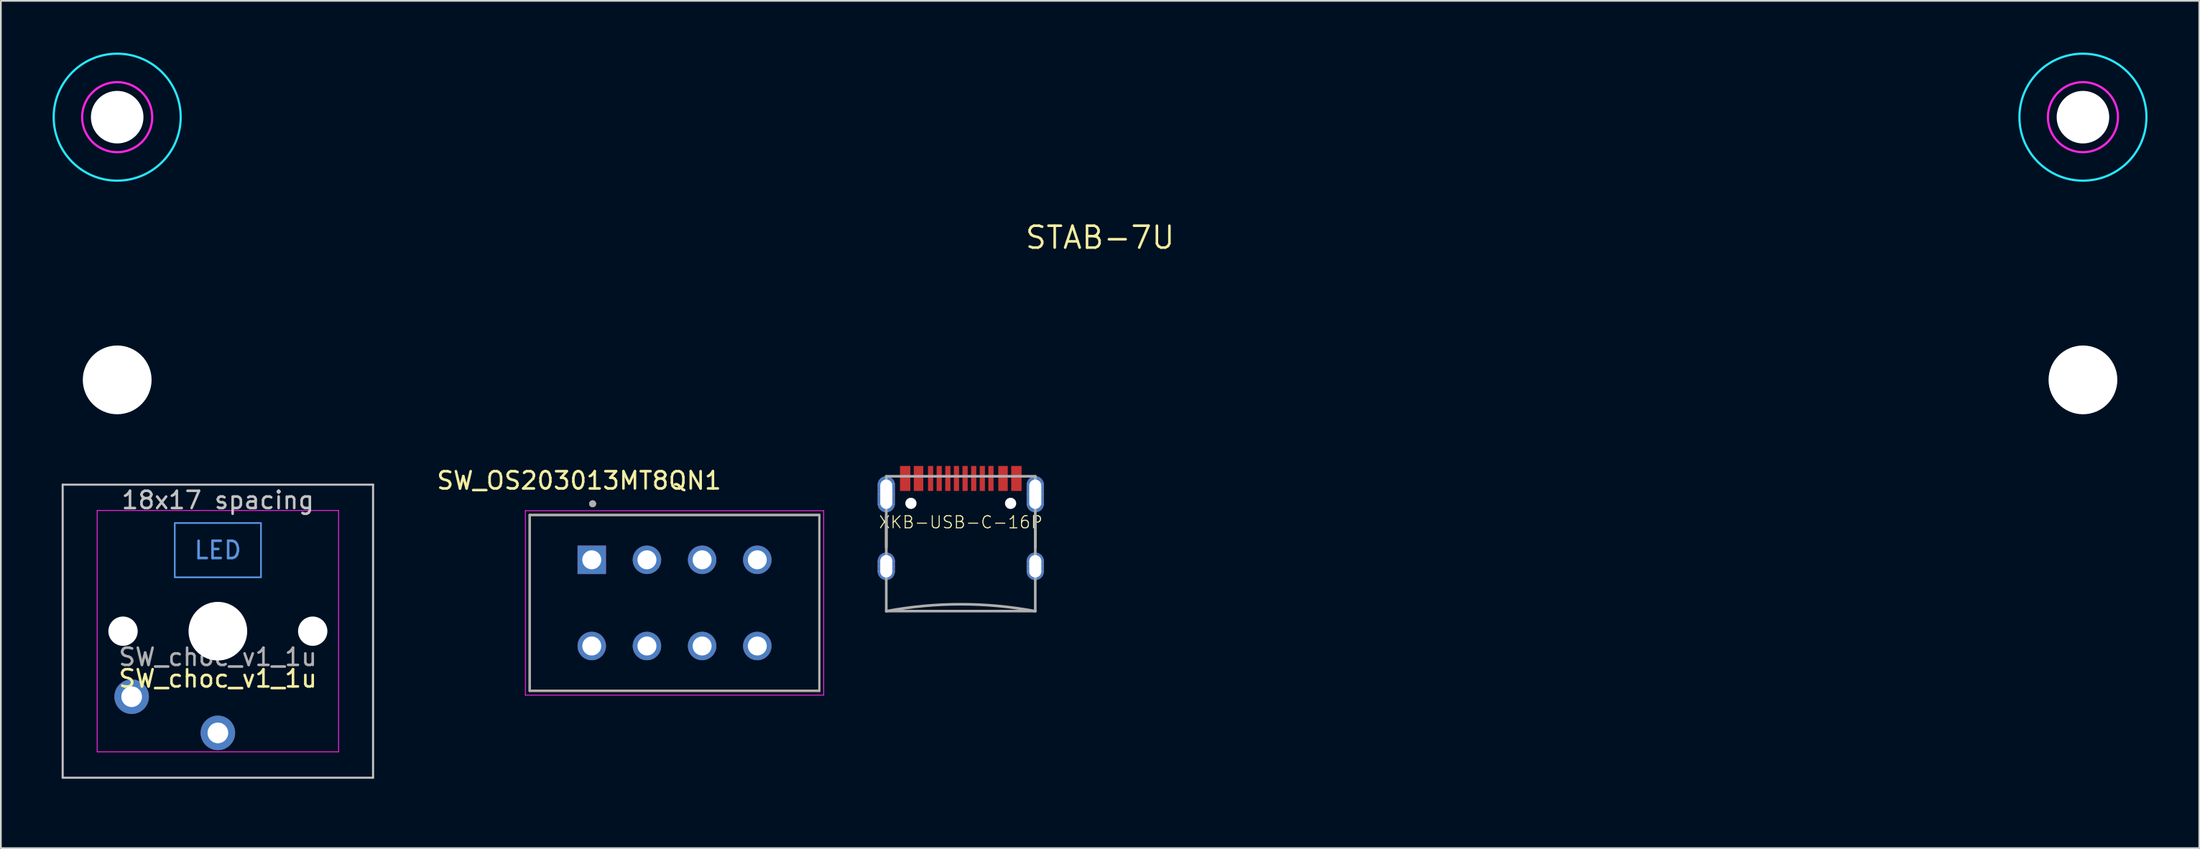
<source format=kicad_pcb>
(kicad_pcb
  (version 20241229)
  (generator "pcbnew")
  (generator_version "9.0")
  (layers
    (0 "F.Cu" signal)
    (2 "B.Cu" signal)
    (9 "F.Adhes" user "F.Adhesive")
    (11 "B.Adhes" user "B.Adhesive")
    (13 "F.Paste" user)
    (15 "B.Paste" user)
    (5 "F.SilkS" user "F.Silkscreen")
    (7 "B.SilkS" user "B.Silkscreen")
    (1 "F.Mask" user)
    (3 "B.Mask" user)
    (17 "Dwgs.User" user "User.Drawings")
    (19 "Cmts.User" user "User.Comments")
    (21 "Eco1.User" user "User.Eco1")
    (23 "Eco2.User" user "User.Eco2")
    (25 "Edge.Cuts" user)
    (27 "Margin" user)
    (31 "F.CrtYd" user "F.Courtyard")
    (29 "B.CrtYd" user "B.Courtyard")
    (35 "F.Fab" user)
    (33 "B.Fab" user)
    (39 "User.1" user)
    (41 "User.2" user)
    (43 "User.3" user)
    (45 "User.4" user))
  (footprint "SW_OS203013MT8QN1"
    (layer "F.Cu")
    (at 36.068 31.924)
    (property "Reference" "SW_OS203013MT8QN1" (at -5.535 -7.095 0) (layer "F.SilkS") (effects (font (size 1 1) (thickness 0.15))))
    (attr through_hole)
    (fp_line (start -8.4 -5.1) (end -8.4 5.1) (stroke (width 0.127) (type solid)) (layer "F.SilkS"))
    (fp_line (start -8.4 5.1) (end 8.4 5.1) (stroke (width 0.127) (type solid)) (layer "F.SilkS"))
    (fp_line (start 8.4 -5.1) (end -8.4 -5.1) (stroke (width 0.127) (type solid)) (layer "F.SilkS"))
    (fp_line (start 8.4 5.1) (end 8.4 -5.1) (stroke (width 0.127) (type solid)) (layer "F.SilkS"))
    (fp_circle (center -4.75 -5.75) (end -4.65 -5.75) (stroke (width 0.2) (type solid)) (fill no) (layer "F.SilkS"))
    (fp_line (start -8.65 -5.35) (end -8.65 5.35) (stroke (width 0.05) (type solid)) (layer "F.CrtYd"))
    (fp_line (start -8.65 5.35) (end 8.65 5.35) (stroke (width 0.05) (type solid)) (layer "F.CrtYd"))
    (fp_line (start 8.65 -5.35) (end -8.65 -5.35) (stroke (width 0.05) (type solid)) (layer "F.CrtYd"))
    (fp_line (start 8.65 5.35) (end 8.65 -5.35) (stroke (width 0.05) (type solid)) (layer "F.CrtYd"))
    (fp_line (start -8.4 -5.1) (end -8.4 5.1) (stroke (width 0.127) (type solid)) (layer "F.Fab"))
    (fp_line (start -8.4 5.1) (end 8.4 5.1) (stroke (width 0.127) (type solid)) (layer "F.Fab"))
    (fp_line (start 8.4 -5.1) (end -8.4 -5.1) (stroke (width 0.127) (type solid)) (layer "F.Fab"))
    (fp_line (start 8.4 5.1) (end 8.4 -5.1) (stroke (width 0.127) (type solid)) (layer "F.Fab"))
    (fp_circle (center -4.75 -5.75) (end -4.65 -5.75) (stroke (width 0.2) (type solid)) (fill no) (layer "F.Fab"))
    (pad "1" thru_hole rect (at -4.8 -2.5) (size 1.65 1.65) (drill 1.1) (layers "*.Cu" "*.Mask"))
    (pad "2" thru_hole circle (at -1.6 -2.5) (size 1.65 1.65) (drill 1.1) (layers "*.Cu" "*.Mask"))
    (pad "3" thru_hole circle (at 1.6 -2.5) (size 1.65 1.65) (drill 1.1) (layers "*.Cu" "*.Mask"))
    (pad "4" thru_hole circle (at 4.8 -2.5) (size 1.65 1.65) (drill 1.1) (layers "*.Cu" "*.Mask"))
    (pad "5" thru_hole circle (at -4.8 2.5) (size 1.65 1.65) (drill 1.1) (layers "*.Cu" "*.Mask"))
    (pad "6" thru_hole circle (at -1.6 2.5) (size 1.65 1.65) (drill 1.1) (layers "*.Cu" "*.Mask"))
    (pad "7" thru_hole circle (at 1.6 2.5) (size 1.65 1.65) (drill 1.1) (layers "*.Cu" "*.Mask"))
    (pad "8" thru_hole circle (at 4.8 2.5) (size 1.65 1.65) (drill 1.1) (layers "*.Cu" "*.Mask")))
  (footprint "STAB-7U"
    (layer "F.Cu")
    (at 60.746 10.732)
    (property "Reference" "STAB-7U" (at 0 0 0) (layer "F.SilkS") (effects (font (size 1.27 1.27) (thickness 0.15))))
    (attr board_only exclude_from_pos_files exclude_from_bom)
    (fp_circle (center -57 -6.985) (end -53.317 -6.985) (stroke (width 0.127) (type solid)) (fill no) (layer "B.CrtYd"))
    (fp_circle (center 57 -6.985) (end 60.683 -6.985) (stroke (width 0.127) (type solid)) (fill no) (layer "B.CrtYd"))
    (fp_circle (center -57 -6.985) (end -54.968 -6.985) (stroke (width 0.127) (type solid)) (fill no) (layer "F.CrtYd"))
    (fp_circle (center 57 -6.985) (end 59.032 -6.985) (stroke (width 0.127) (type solid)) (fill no) (layer "F.CrtYd"))
    (pad "" np_thru_hole circle (at -57 -6.985) (size 3.048 3.048) (drill 3.048) (layers "*.Cu" "*.Mask"))
    (pad "" np_thru_hole circle (at -57 8.255) (size 3.988 3.988) (drill 3.988) (layers "*.Cu" "*.Mask"))
    (pad "" np_thru_hole circle (at 57 -6.985) (size 3.048 3.048) (drill 3.048) (layers "*.Cu" "*.Mask"))
    (pad "" np_thru_hole circle (at 57 8.255) (size 3.988 3.988) (drill 3.988) (layers "*.Cu" "*.Mask")))
  (footprint "XKB-USB-C-16P"
    (layer "F.Cu")
    (at 52.668 24.705)
    (property "Reference" "XKB-USB-C-16P" (at 0 2.54 0) (layer "F.SilkS") (effects (font (size 0.701 0.701) (thickness 0.061))))
    (attr smd allow_soldermask_bridges)
    (fp_poly (pts (xy -4.169 -0.226) (xy -4.026 -0.173) (xy -3.902 -0.085) (xy -3.804 0.032) (xy -3.741 0.17) (xy -3.715 0.32) (xy -3.715 1.52) (xy -3.742 1.669) (xy -3.806 1.805) (xy -3.904 1.92) (xy -4.028 2.007) (xy -4.17 2.058) (xy -4.32 2.07) (xy -4.47 2.058) (xy -4.612 2.007) (xy -4.736 1.92) (xy -4.834 1.805) (xy -4.925 1.521) (xy -4.925 0.32) (xy -4.899 0.17) (xy -4.836 0.032) (xy -4.738 -0.085) (xy -4.614 -0.174) (xy -4.32 -0.24)) (stroke (width 0) (type solid)) (fill yes) (layer "F.Mask"))
    (fp_poly (pts (xy -4.159 4.211) (xy -4.013 4.273) (xy -3.887 4.37) (xy -3.791 4.496) (xy -3.731 4.643) (xy -3.711 4.8) (xy -3.711 5.4) (xy -3.732 5.556) (xy -3.793 5.701) (xy -3.889 5.825) (xy -4.014 5.921) (xy -4.16 5.98) (xy -4.316 6) (xy -4.472 5.98) (xy -4.618 5.921) (xy -4.743 5.825) (xy -4.839 5.701) (xy -4.921 5.401) (xy -4.921 4.8) (xy -4.901 4.643) (xy -4.841 4.496) (xy -4.745 4.37) (xy -4.619 4.272) (xy -4.316 4.19)) (stroke (width 0) (type solid)) (fill yes) (layer "F.Mask"))
    (fp_poly (pts (xy 4.471 -0.226) (xy 4.614 -0.173) (xy 4.738 -0.085) (xy 4.836 0.032) (xy 4.899 0.17) (xy 4.925 0.32) (xy 4.925 1.52) (xy 4.898 1.669) (xy 4.834 1.805) (xy 4.736 1.92) (xy 4.612 2.007) (xy 4.47 2.058) (xy 4.32 2.07) (xy 4.17 2.058) (xy 4.028 2.007) (xy 3.904 1.92) (xy 3.806 1.805) (xy 3.715 1.521) (xy 3.715 0.32) (xy 3.741 0.17) (xy 3.804 0.032) (xy 3.902 -0.085) (xy 4.026 -0.174) (xy 4.32 -0.24)) (stroke (width 0) (type solid)) (fill yes) (layer "F.Mask"))
    (fp_poly (pts (xy 4.477 4.211) (xy 4.623 4.273) (xy 4.749 4.37) (xy 4.845 4.496) (xy 4.905 4.643) (xy 4.925 4.8) (xy 4.925 5.4) (xy 4.904 5.556) (xy 4.843 5.701) (xy 4.747 5.825) (xy 4.622 5.921) (xy 4.476 5.98) (xy 4.32 6) (xy 4.164 5.98) (xy 4.018 5.921) (xy 3.893 5.825) (xy 3.797 5.701) (xy 3.715 5.401) (xy 3.715 4.8) (xy 3.735 4.643) (xy 3.795 4.496) (xy 3.891 4.37) (xy 4.017 4.272) (xy 4.32 4.19)) (stroke (width 0) (type solid)) (fill yes) (layer "F.Mask"))
    (fp_poly (pts (xy -4.169 -0.226) (xy -4.026 -0.173) (xy -3.902 -0.085) (xy -3.804 0.032) (xy -3.741 0.17) (xy -3.715 0.32) (xy -3.715 1.52) (xy -3.742 1.669) (xy -3.806 1.805) (xy -3.904 1.92) (xy -4.028 2.007) (xy -4.17 2.058) (xy -4.32 2.07) (xy -4.47 2.058) (xy -4.612 2.007) (xy -4.736 1.92) (xy -4.834 1.805) (xy -4.925 1.521) (xy -4.925 0.32) (xy -4.899 0.17) (xy -4.836 0.032) (xy -4.738 -0.085) (xy -4.614 -0.174) (xy -4.32 -0.24)) (stroke (width 0) (type solid)) (fill yes) (layer "B.Mask"))
    (fp_poly (pts (xy -4.159 4.211) (xy -4.013 4.273) (xy -3.887 4.37) (xy -3.791 4.496) (xy -3.731 4.643) (xy -3.711 4.8) (xy -3.711 5.4) (xy -3.732 5.556) (xy -3.793 5.701) (xy -3.889 5.825) (xy -4.014 5.921) (xy -4.16 5.98) (xy -4.316 6) (xy -4.472 5.98) (xy -4.618 5.921) (xy -4.743 5.825) (xy -4.839 5.701) (xy -4.921 5.401) (xy -4.921 4.8) (xy -4.901 4.643) (xy -4.841 4.496) (xy -4.745 4.37) (xy -4.619 4.272) (xy -4.316 4.19)) (stroke (width 0) (type solid)) (fill yes) (layer "B.Mask"))
    (fp_poly (pts (xy 4.471 -0.226) (xy 4.614 -0.173) (xy 4.738 -0.085) (xy 4.836 0.032) (xy 4.899 0.17) (xy 4.925 0.32) (xy 4.925 1.52) (xy 4.898 1.669) (xy 4.834 1.805) (xy 4.736 1.92) (xy 4.612 2.007) (xy 4.47 2.058) (xy 4.32 2.07) (xy 4.17 2.058) (xy 4.028 2.007) (xy 3.904 1.92) (xy 3.806 1.805) (xy 3.715 1.521) (xy 3.715 0.32) (xy 3.741 0.17) (xy 3.804 0.032) (xy 3.902 -0.085) (xy 4.026 -0.174) (xy 4.32 -0.24)) (stroke (width 0) (type solid)) (fill yes) (layer "B.Mask"))
    (fp_poly (pts (xy 4.477 4.211) (xy 4.623 4.273) (xy 4.749 4.37) (xy 4.845 4.496) (xy 4.905 4.643) (xy 4.925 4.8) (xy 4.925 5.4) (xy 4.904 5.556) (xy 4.843 5.701) (xy 4.747 5.825) (xy 4.622 5.921) (xy 4.476 5.98) (xy 4.32 6) (xy 4.164 5.98) (xy 4.018 5.921) (xy 3.893 5.825) (xy 3.797 5.701) (xy 3.715 5.401) (xy 3.715 4.8) (xy 3.735 4.643) (xy 3.795 4.496) (xy 3.891 4.37) (xy 4.017 4.272) (xy 4.32 4.19)) (stroke (width 0) (type solid)) (fill yes) (layer "B.Mask"))
    (fp_line (start -4.32 2.2) (end -4.32 4) (stroke (width 0.152) (type solid)) (layer "F.SilkS"))
    (fp_line (start 4.32 2.2) (end 4.32 4) (stroke (width 0.152) (type solid)) (layer "F.SilkS"))
    (fp_poly (pts (xy -4.169 -0.226) (xy -4.026 -0.173) (xy -3.902 -0.085) (xy -3.804 0.032) (xy -3.741 0.17) (xy -3.715 0.32) (xy -3.715 1.52) (xy -3.742 1.669) (xy -3.806 1.805) (xy -3.904 1.92) (xy -4.028 2.007) (xy -4.17 2.058) (xy -4.32 2.07) (xy -4.47 2.058) (xy -4.612 2.007) (xy -4.736 1.92) (xy -4.834 1.805) (xy -4.925 1.521) (xy -4.925 0.32) (xy -4.899 0.17) (xy -4.836 0.032) (xy -4.738 -0.085) (xy -4.614 -0.174) (xy -4.32 -0.24)) (stroke (width 0) (type solid)) (fill yes) (layer "F.Paste"))
    (fp_poly (pts (xy -4.159 4.211) (xy -4.013 4.273) (xy -3.887 4.37) (xy -3.791 4.496) (xy -3.731 4.643) (xy -3.711 4.8) (xy -3.711 5.4) (xy -3.732 5.556) (xy -3.793 5.701) (xy -3.889 5.825) (xy -4.014 5.921) (xy -4.16 5.98) (xy -4.316 6) (xy -4.472 5.98) (xy -4.618 5.921) (xy -4.743 5.825) (xy -4.839 5.701) (xy -4.921 5.401) (xy -4.921 4.8) (xy -4.901 4.643) (xy -4.841 4.496) (xy -4.745 4.37) (xy -4.619 4.272) (xy -4.316 4.19)) (stroke (width 0) (type solid)) (fill yes) (layer "F.Paste"))
    (fp_poly (pts (xy 4.471 -0.226) (xy 4.614 -0.173) (xy 4.738 -0.085) (xy 4.836 0.032) (xy 4.899 0.17) (xy 4.925 0.32) (xy 4.925 1.52) (xy 4.898 1.669) (xy 4.834 1.805) (xy 4.736 1.92) (xy 4.612 2.007) (xy 4.47 2.058) (xy 4.32 2.07) (xy 4.17 2.058) (xy 4.028 2.007) (xy 3.904 1.92) (xy 3.806 1.805) (xy 3.715 1.521) (xy 3.715 0.32) (xy 3.741 0.17) (xy 3.804 0.032) (xy 3.902 -0.085) (xy 4.026 -0.174) (xy 4.32 -0.24)) (stroke (width 0) (type solid)) (fill yes) (layer "F.Paste"))
    (fp_poly (pts (xy 4.477 4.211) (xy 4.623 4.273) (xy 4.749 4.37) (xy 4.845 4.496) (xy 4.905 4.643) (xy 4.925 4.8) (xy 4.925 5.4) (xy 4.904 5.556) (xy 4.843 5.701) (xy 4.747 5.825) (xy 4.622 5.921) (xy 4.476 5.98) (xy 4.32 6) (xy 4.164 5.98) (xy 4.018 5.921) (xy 3.893 5.825) (xy 3.797 5.701) (xy 3.715 5.401) (xy 3.715 4.8) (xy 3.735 4.643) (xy 3.795 4.496) (xy 3.891 4.37) (xy 4.017 4.272) (xy 4.32 4.19)) (stroke (width 0) (type solid)) (fill yes) (layer "F.Paste"))
    (fp_line (start -4.62 0.915) (end -4.02 0.915) (stroke (width 0.01) (type solid)) (layer "B.Fab"))
    (fp_line (start -4.62 5.095) (end -4.02 5.095) (stroke (width 0.01) (type solid)) (layer "B.Fab"))
    (fp_line (start -4.32 0.065) (end -4.32 1.765) (stroke (width 0.01) (type solid)) (layer "B.Fab"))
    (fp_line (start -4.32 4.495) (end -4.32 5.695) (stroke (width 0.01) (type solid)) (layer "B.Fab"))
    (fp_line (start 4.02 0.915) (end 4.62 0.915) (stroke (width 0.01) (type solid)) (layer "B.Fab"))
    (fp_line (start 4.02 5.095) (end 4.62 5.095) (stroke (width 0.01) (type solid)) (layer "B.Fab"))
    (fp_line (start 4.32 0.065) (end 4.32 1.765) (stroke (width 0.01) (type solid)) (layer "B.Fab"))
    (fp_line (start 4.32 4.495) (end 4.32 5.695) (stroke (width 0.01) (type solid)) (layer "B.Fab"))
    (fp_line (start -4.82 0.315) (end -3.82 0.315) (stroke (width 0.01) (type solid)) (layer "F.Fab"))
    (fp_line (start -4.82 0.915) (end -3.82 0.915) (stroke (width 0.01) (type solid)) (layer "F.Fab"))
    (fp_line (start -4.82 1.515) (end -3.82 1.515) (stroke (width 0.01) (type solid)) (layer "F.Fab"))
    (fp_line (start -4.82 4.795) (end -3.82 4.795) (stroke (width 0.01) (type solid)) (layer "F.Fab"))
    (fp_line (start -4.82 5.095) (end -3.82 5.095) (stroke (width 0.01) (type solid)) (layer "F.Fab"))
    (fp_line (start -4.82 5.395) (end -3.82 5.395) (stroke (width 0.01) (type solid)) (layer "F.Fab"))
    (fp_line (start -4.32 -0.135) (end -4.32 -0.125) (stroke (width 0.01) (type solid)) (layer "F.Fab"))
    (fp_line (start -4.32 -0.125) (end -4.32 1.965) (stroke (width 0.01) (type solid)) (layer "F.Fab"))
    (fp_line (start -4.32 -0.125) (end 4.32 -0.125) (stroke (width 0.152) (type solid)) (layer "F.Fab"))
    (fp_line (start -4.32 4.295) (end -4.32 5.895) (stroke (width 0.01) (type solid)) (layer "F.Fab"))
    (fp_line (start -4.32 7.695) (end -4.32 -0.125) (stroke (width 0.152) (type solid)) (layer "F.Fab"))
    (fp_line (start -4.32 7.695) (end 4.32 7.695) (stroke (width 0.152) (type solid)) (layer "F.Fab"))
    (fp_line (start 3.82 0.315) (end 4.82 0.315) (stroke (width 0.01) (type solid)) (layer "F.Fab"))
    (fp_line (start 3.82 0.915) (end 4.82 0.915) (stroke (width 0.01) (type solid)) (layer "F.Fab"))
    (fp_line (start 3.82 1.515) (end 4.82 1.515) (stroke (width 0.01) (type solid)) (layer "F.Fab"))
    (fp_line (start 3.82 4.795) (end 4.82 4.795) (stroke (width 0.01) (type solid)) (layer "F.Fab"))
    (fp_line (start 3.82 5.095) (end 4.82 5.095) (stroke (width 0.01) (type solid)) (layer "F.Fab"))
    (fp_line (start 3.82 5.395) (end 4.82 5.395) (stroke (width 0.01) (type solid)) (layer "F.Fab"))
    (fp_line (start 4.32 -0.135) (end 4.32 -0.125) (stroke (width 0.01) (type solid)) (layer "F.Fab"))
    (fp_line (start 4.32 -0.125) (end 4.32 1.965) (stroke (width 0.01) (type solid)) (layer "F.Fab"))
    (fp_line (start 4.32 -0.125) (end 4.32 7.695) (stroke (width 0.152) (type solid)) (layer "F.Fab"))
    (fp_line (start 4.32 4.295) (end 4.32 5.895) (stroke (width 0.01) (type solid)) (layer "F.Fab"))
    (fp_arc (start -4.32 7.7) (mid 0 7.297675) (end 4.32 7.7) (stroke (width 0.1524) (type solid)) (layer "F.Fab"))
    (pad "" np_thru_hole circle (at -2.89 1.445) (size 0.65 0.65) (drill 0.65) (layers "*.Cu" "*.Mask"))
    (pad "" np_thru_hole circle (at 2.89 1.445) (size 0.65 0.65) (drill 0.65) (layers "*.Cu" "*.Mask"))
    (pad "A5" smd rect (at -1.25 0 180) (size 0.3 1.45) (layers "F.Cu" "F.Mask" "F.Paste"))
    (pad "A6" smd rect (at -0.25 0 180) (size 0.3 1.45) (layers "F.Cu" "F.Mask" "F.Paste"))
    (pad "A7" smd rect (at 0.25 0) (size 0.3 1.45) (layers "F.Cu" "F.Mask" "F.Paste"))
    (pad "A8" smd rect (at 1.25 0) (size 0.3 1.45) (layers "F.Cu" "F.Mask" "F.Paste"))
    (pad "B5" smd rect (at 1.75 0) (size 0.3 1.45) (layers "F.Cu" "F.Mask" "F.Paste"))
    (pad "B6" smd rect (at 0.75 0) (size 0.3 1.45) (layers "F.Cu" "F.Mask" "F.Paste"))
    (pad "B7" smd rect (at -0.75 0 180) (size 0.3 1.45) (layers "F.Cu" "F.Mask" "F.Paste"))
    (pad "B8" smd rect (at -1.75 0 180) (size 0.3 1.45) (layers "F.Cu" "F.Mask" "F.Paste"))
    (pad "GND" smd rect (at -3.225 0 180) (size 0.6 1.45) (layers "F.Cu" "F.Mask" "F.Paste"))
    (pad "GND2" smd rect (at 3.225 0) (size 0.6 1.45) (layers "F.Cu" "F.Mask" "F.Paste"))
    (pad "SHLD1" thru_hole roundrect (at -4.32 0.915 180) (size 1 2.1) (drill oval 0.7 1.7) (layers "*.Cu" "*.Mask") (roundrect_rratio 0.5))
    (pad "SHLD1" thru_hole roundrect (at -4.32 5.095 180) (size 1 1.6) (drill oval 0.7 1.3) (layers "*.Cu" "*.Mask") (roundrect_rratio 0.5))
    (pad "SHLD1" thru_hole roundrect (at 4.32 0.915 180) (size 1 2.1) (drill oval 0.7 1.7) (layers "*.Cu" "*.Mask") (roundrect_rratio 0.5))
    (pad "SHLD1" thru_hole roundrect (at 4.32 5.095 180) (size 1 1.6) (drill oval 0.7 1.3) (layers "*.Cu" "*.Mask") (roundrect_rratio 0.5))
    (pad "VBUS1" smd rect (at -2.45 0 180) (size 0.55 1.45) (layers "F.Cu" "F.Mask" "F.Paste"))
    (pad "VBUS2" smd rect (at 2.45 0) (size 0.55 1.45) (layers "F.Cu" "F.Mask" "F.Paste")))
  (footprint "SW_choc_v1_1u"
    (layer "F.Cu")
    (at 9.585 33.565)
    (property "Reference" "SW_choc_v1_1u" (at 0 2.75 180) (layer "F.SilkS") (effects (font (size 1 1) (thickness 0.15))))
    (attr through_hole exclude_from_pos_files)
    (fp_line (start -9 -8.5) (end 9 -8.5) (stroke (width 0.12) (type solid)) (layer "Dwgs.User"))
    (fp_line (start -9 8.5) (end -9 -8.5) (stroke (width 0.12) (type solid)) (layer "Dwgs.User"))
    (fp_line (start 9 -8.5) (end 9 8.5) (stroke (width 0.12) (type solid)) (layer "Dwgs.User"))
    (fp_line (start 9 8.5) (end -9 8.5) (stroke (width 0.12) (type solid)) (layer "Dwgs.User"))
    (fp_rect (start -2.5 -6.275) (end 2.5 -3.125) (stroke (width 0.1) (type default)) (fill no) (layer "Cmts.User"))
    (fp_line (start -9.525 -9.525) (end -9.525 9.525) (stroke (width 0.12) (type solid)) (layer "Eco1.User"))
    (fp_line (start -9.525 9.525) (end 9.525 9.525) (stroke (width 0.12) (type solid)) (layer "Eco1.User"))
    (fp_line (start 9.525 -9.525) (end -9.525 -9.525) (stroke (width 0.12) (type solid)) (layer "Eco1.User"))
    (fp_line (start 9.525 9.525) (end 9.525 -9.525) (stroke (width 0.12) (type solid)) (layer "Eco1.User"))
    (fp_line (start -6.95 6.45) (end -6.95 -6.45) (stroke (width 0.05) (type solid)) (layer "Eco2.User"))
    (fp_line (start -6.45 -6.95) (end 6.45 -6.95) (stroke (width 0.05) (type solid)) (layer "Eco2.User"))
    (fp_line (start 6.45 6.95) (end -6.45 6.95) (stroke (width 0.05) (type solid)) (layer "Eco2.User"))
    (fp_line (start 6.95 -6.45) (end 6.95 6.45) (stroke (width 0.05) (type solid)) (layer "Eco2.User"))
    (fp_arc (start -6.95 -6.45) (mid -6.803553 -6.803553) (end -6.45 -6.95) (stroke (width 0.05) (type solid)) (layer "Eco2.User"))
    (fp_arc (start -6.45 6.95) (mid -6.803553 6.803553) (end -6.95 6.45) (stroke (width 0.05) (type solid)) (layer "Eco2.User"))
    (fp_arc (start 6.45 -6.95) (mid 6.803553 -6.803553) (end 6.95 -6.45) (stroke (width 0.05) (type solid)) (layer "Eco2.User"))
    (fp_arc (start 6.95 6.45) (mid 6.803553 6.803553) (end 6.45 6.95) (stroke (width 0.05) (type solid)) (layer "Eco2.User"))
    (fp_line (start -7 -7) (end 7 -7) (stroke (width 0.05) (type solid)) (layer "F.CrtYd"))
    (fp_line (start -7 7) (end -7 -7) (stroke (width 0.05) (type solid)) (layer "F.CrtYd"))
    (fp_line (start 7 -7) (end 7 7) (stroke (width 0.05) (type solid)) (layer "F.CrtYd"))
    (fp_line (start 7 7) (end -7 7) (stroke (width 0.05) (type solid)) (layer "F.CrtYd"))
    (fp_text user "18x17 spacing" (at 0 -7.6 180) (layer "Dwgs.User") (effects (font (size 1 1) (thickness 0.15))))
    (fp_text user "LED" (at 0 -4.7 0) (unlocked yes) (layer "Cmts.User") (effects (font (size 1 1) (thickness 0.15))))
    (fp_text user "19.05 spacing" (at 0 -8.7 180) (layer "Eco1.User") (effects (font (size 1 1) (thickness 0.15))))
    (fp_text user "${REFERENCE}" (at 0 1.5 0) (layer "F.Fab") (effects (font (size 1 1) (thickness 0.15))))
    (pad "" np_thru_hole circle (at -5.5 0 180) (size 1.7 1.7) (drill 1.7) (layers "*.Cu" "*.Mask"))
    (pad "" np_thru_hole circle (at 0 0 180) (size 3.4 3.4) (drill 3.4) (layers "*.Cu" "*.Mask"))
    (pad "" np_thru_hole circle (at 5.5 0 180) (size 1.7 1.7) (drill 1.7) (layers "*.Cu" "*.Mask"))
    (pad "1" thru_hole circle (at -5 3.8 180) (size 2 2) (drill 1.2) (layers "*.Cu" "B.Mask"))
    (pad "2" thru_hole circle (at 0 5.9 180) (size 2 2) (drill 1.2) (layers "*.Cu" "B.Mask")))
  (gr_rect
    (start -3 -3)
    (end 124.493 46.15)
    (stroke (width 0.1) (type default))
    (fill no)
    (layer "Edge.Cuts")))
</source>
